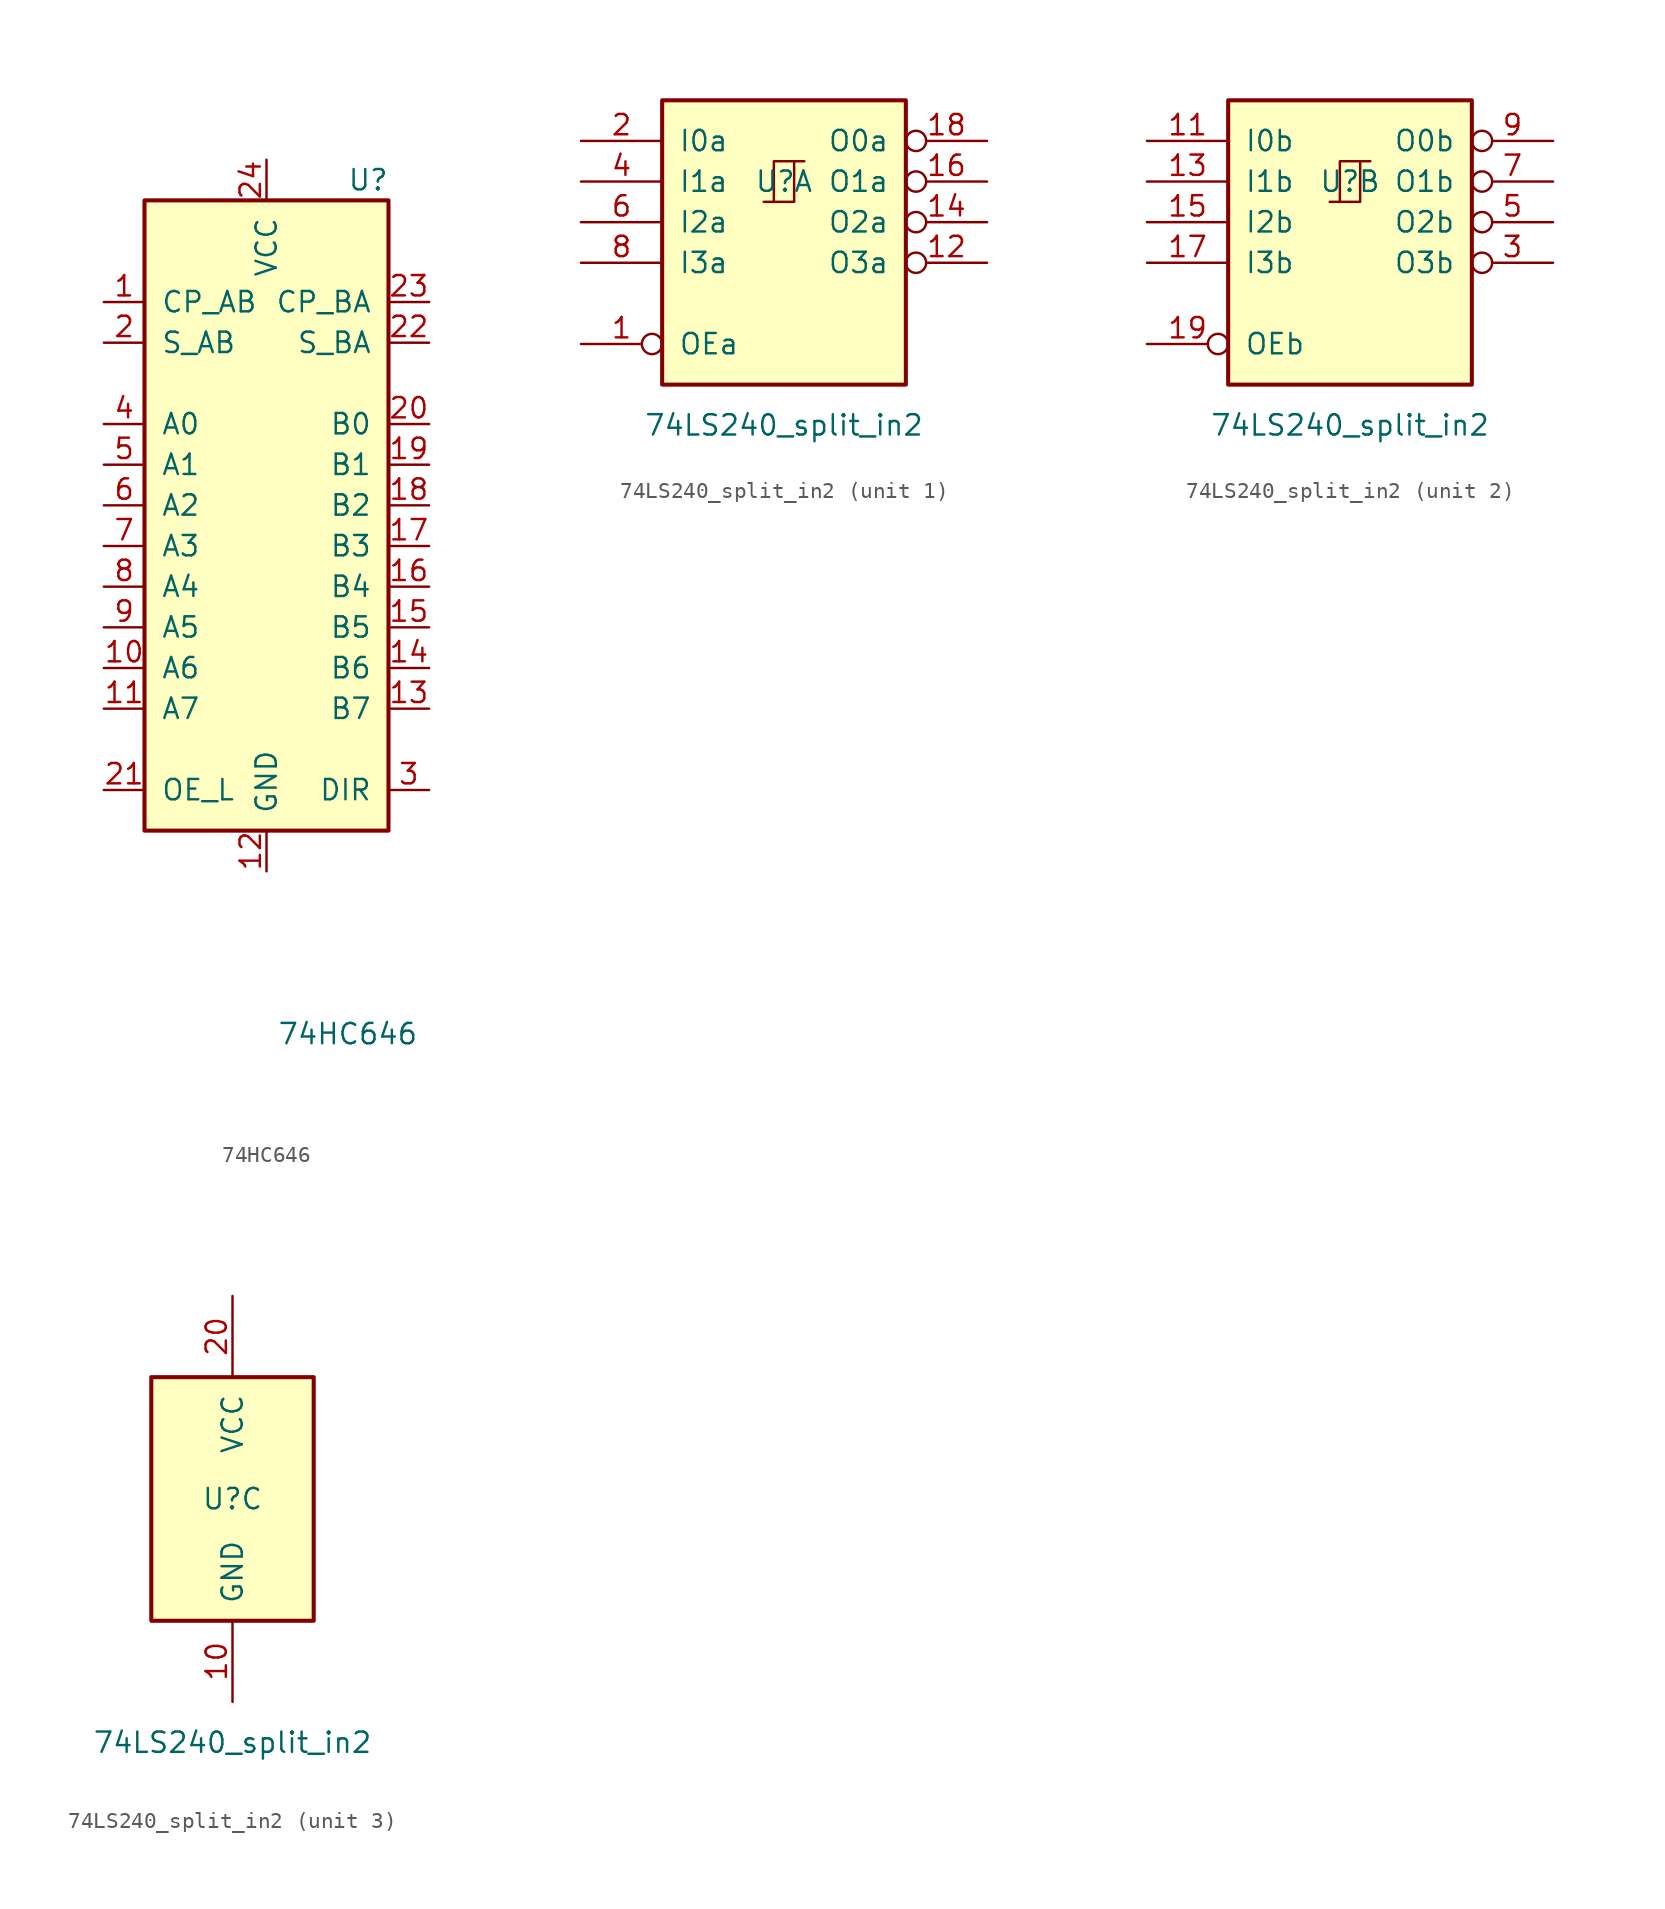
<source format=kicad_sym>
(kicad_symbol_lib
  (version 20241209)
  (generator "kicad_symbol_editor")
  (generator_version "9.0")
  (symbol "74HC646"
    (pin_names
      (offset 1.016))
    (property "Reference" "U"
      (at 6.35 20.32 0)
      (effects (font (size 1.27 1.27))))
    (property "Value" "74HC646"
      (at 5.08 -33.02 0)
      (effects (font (size 1.27 1.27))))
    (symbol "74HC646_1_1"
      (rectangle (start -7.62 19.05) (end 7.62 -20.32) (stroke (width 0.254) (type default)) (fill (type background)))
      (pin input line (at -10.16 12.7 0) (length 2.54) (name "CP_AB" (effects (font (size 1.27 1.27)))) (number "1" (effects (font (size 1.27 1.27)))))
      (pin input line (at -10.16 10.16 0) (length 2.54) (name "S_AB" (effects (font (size 1.27 1.27)))) (number "2" (effects (font (size 1.27 1.27)))))
      (pin tri_state line (at -10.16 5.08 0) (length 2.54) (name "A0" (effects (font (size 1.27 1.27)))) (number "4" (effects (font (size 1.27 1.27)))))
      (pin tri_state line (at -10.16 2.54 0) (length 2.54) (name "A1" (effects (font (size 1.27 1.27)))) (number "5" (effects (font (size 1.27 1.27)))))
      (pin tri_state line (at -10.16 0 0) (length 2.54) (name "A2" (effects (font (size 1.27 1.27)))) (number "6" (effects (font (size 1.27 1.27)))))
      (pin tri_state line (at -10.16 -2.54 0) (length 2.54) (name "A3" (effects (font (size 1.27 1.27)))) (number "7" (effects (font (size 1.27 1.27)))))
      (pin tri_state line (at -10.16 -5.08 0) (length 2.54) (name "A4" (effects (font (size 1.27 1.27)))) (number "8" (effects (font (size 1.27 1.27)))))
      (pin tri_state line (at -10.16 -7.62 0) (length 2.54) (name "A5" (effects (font (size 1.27 1.27)))) (number "9" (effects (font (size 1.27 1.27)))))
      (pin tri_state line (at -10.16 -10.16 0) (length 2.54) (name "A6" (effects (font (size 1.27 1.27)))) (number "10" (effects (font (size 1.27 1.27)))))
      (pin tri_state line (at -10.16 -12.7 0) (length 2.54) (name "A7" (effects (font (size 1.27 1.27)))) (number "11" (effects (font (size 1.27 1.27)))))
      (pin input line (at -10.16 -17.78 0) (length 2.54) (name "OE_L" (effects (font (size 1.27 1.27)))) (number "21" (effects (font (size 1.27 1.27)))))
      (pin power_in line (at 0 21.59 270) (length 2.54) (name "VCC" (effects (font (size 1.27 1.27)))) (number "24" (effects (font (size 1.27 1.27)))))
      (pin power_in line (at 0 -22.86 90) (length 2.54) (name "GND" (effects (font (size 1.27 1.27)))) (number "12" (effects (font (size 1.27 1.27)))))
      (pin input line (at 10.16 12.7 180) (length 2.54) (name "CP_BA" (effects (font (size 1.27 1.27)))) (number "23" (effects (font (size 1.27 1.27)))))
      (pin input line (at 10.16 10.16 180) (length 2.54) (name "S_BA" (effects (font (size 1.27 1.27)))) (number "22" (effects (font (size 1.27 1.27)))))
      (pin tri_state line (at 10.16 5.08 180) (length 2.54) (name "B0" (effects (font (size 1.27 1.27)))) (number "20" (effects (font (size 1.27 1.27)))))
      (pin tri_state line (at 10.16 2.54 180) (length 2.54) (name "B1" (effects (font (size 1.27 1.27)))) (number "19" (effects (font (size 1.27 1.27)))))
      (pin tri_state line (at 10.16 0 180) (length 2.54) (name "B2" (effects (font (size 1.27 1.27)))) (number "18" (effects (font (size 1.27 1.27)))))
      (pin tri_state line (at 10.16 -2.54 180) (length 2.54) (name "B3" (effects (font (size 1.27 1.27)))) (number "17" (effects (font (size 1.27 1.27)))))
      (pin tri_state line (at 10.16 -5.08 180) (length 2.54) (name "B4" (effects (font (size 1.27 1.27)))) (number "16" (effects (font (size 1.27 1.27)))))
      (pin tri_state line (at 10.16 -7.62 180) (length 2.54) (name "B5" (effects (font (size 1.27 1.27)))) (number "15" (effects (font (size 1.27 1.27)))))
      (pin tri_state line (at 10.16 -10.16 180) (length 2.54) (name "B6" (effects (font (size 1.27 1.27)))) (number "14" (effects (font (size 1.27 1.27)))))
      (pin tri_state line (at 10.16 -12.7 180) (length 2.54) (name "B7" (effects (font (size 1.27 1.27)))) (number "13" (effects (font (size 1.27 1.27)))))
      (pin input line (at 10.16 -17.78 180) (length 2.54) (name "DIR" (effects (font (size 1.27 1.27)))) (number "3" (effects (font (size 1.27 1.27)))))))
  (symbol "74LS240_split_in2"
    (pin_names
      (offset 1.016))
    (property "Reference" "U"
      (at 0 0 0)
      (effects (font (size 1.27 1.27))))
    (property "Value" "74LS240_split_in2"
      (at 0 -15.24 0)
      (effects (font (size 1.27 1.27))))
    (property "ki_locked" ""
      (at 0 0 0)
      (effects (font (size 1.27 1.27))))
    (symbol "74LS240_split_in2_1_0"
      (polyline (pts (xy -1.27 -1.27) (xy 0.635 -1.27) (xy 0.635 1.27) (xy 1.27 1.27)) (stroke (width 0) (type default)) (fill (type none)))
      (polyline (pts (xy -0.635 -1.27) (xy -0.635 1.27) (xy 0.635 1.27)) (stroke (width 0) (type default)) (fill (type none)))
      (pin input line (at -12.7 2.54 0) (length 5.08) (name "I0a" (effects (font (size 1.27 1.27)))) (number "2" (effects (font (size 1.27 1.27)))))
      (pin input line (at -12.7 0 0) (length 5.08) (name "I1a" (effects (font (size 1.27 1.27)))) (number "4" (effects (font (size 1.27 1.27)))))
      (pin input line (at -12.7 -2.54 0) (length 5.08) (name "I2a" (effects (font (size 1.27 1.27)))) (number "6" (effects (font (size 1.27 1.27)))))
      (pin input line (at -12.7 -5.08 0) (length 5.08) (name "I3a" (effects (font (size 1.27 1.27)))) (number "8" (effects (font (size 1.27 1.27)))))
      (pin input inverted (at -12.7 -10.16 0) (length 5.08) (name "OEa" (effects (font (size 1.27 1.27)))) (number "1" (effects (font (size 1.27 1.27)))))
      (pin tri_state inverted (at 12.7 2.54 180) (length 5.08) (name "O0a" (effects (font (size 1.27 1.27)))) (number "18" (effects (font (size 1.27 1.27)))))
      (pin tri_state inverted (at 12.7 0 180) (length 5.08) (name "O1a" (effects (font (size 1.27 1.27)))) (number "16" (effects (font (size 1.27 1.27)))))
      (pin tri_state inverted (at 12.7 -2.54 180) (length 5.08) (name "O2a" (effects (font (size 1.27 1.27)))) (number "14" (effects (font (size 1.27 1.27)))))
      (pin tri_state inverted (at 12.7 -5.08 180) (length 5.08) (name "O3a" (effects (font (size 1.27 1.27)))) (number "12" (effects (font (size 1.27 1.27))))))
    (symbol "74LS240_split_in2_1_1"
      (rectangle (start -7.62 5.08) (end 7.62 -12.7) (stroke (width 0.254) (type default)) (fill (type background))))
    (symbol "74LS240_split_in2_2_0"
      (polyline (pts (xy -1.27 -1.27) (xy 0.635 -1.27) (xy 0.635 1.27) (xy 1.27 1.27)) (stroke (width 0) (type default)) (fill (type none)))
      (polyline (pts (xy -0.635 -1.27) (xy -0.635 1.27) (xy 0.635 1.27)) (stroke (width 0) (type default)) (fill (type none)))
      (pin input line (at -12.7 2.54 0) (length 5.08) (name "I0b" (effects (font (size 1.27 1.27)))) (number "11" (effects (font (size 1.27 1.27)))))
      (pin input line (at -12.7 0 0) (length 5.08) (name "I1b" (effects (font (size 1.27 1.27)))) (number "13" (effects (font (size 1.27 1.27)))))
      (pin input line (at -12.7 -2.54 0) (length 5.08) (name "I2b" (effects (font (size 1.27 1.27)))) (number "15" (effects (font (size 1.27 1.27)))))
      (pin input line (at -12.7 -5.08 0) (length 5.08) (name "I3b" (effects (font (size 1.27 1.27)))) (number "17" (effects (font (size 1.27 1.27)))))
      (pin input inverted (at -12.7 -10.16 0) (length 5.08) (name "OEb" (effects (font (size 1.27 1.27)))) (number "19" (effects (font (size 1.27 1.27)))))
      (pin tri_state inverted (at 12.7 2.54 180) (length 5.08) (name "O0b" (effects (font (size 1.27 1.27)))) (number "9" (effects (font (size 1.27 1.27)))))
      (pin tri_state inverted (at 12.7 0 180) (length 5.08) (name "O1b" (effects (font (size 1.27 1.27)))) (number "7" (effects (font (size 1.27 1.27)))))
      (pin tri_state inverted (at 12.7 -2.54 180) (length 5.08) (name "O2b" (effects (font (size 1.27 1.27)))) (number "5" (effects (font (size 1.27 1.27)))))
      (pin tri_state inverted (at 12.7 -5.08 180) (length 5.08) (name "O3b" (effects (font (size 1.27 1.27)))) (number "3" (effects (font (size 1.27 1.27))))))
    (symbol "74LS240_split_in2_2_1"
      (rectangle (start -7.62 5.08) (end 7.62 -12.7) (stroke (width 0.254) (type default)) (fill (type background))))
    (symbol "74LS240_split_in2_3_0"
      (pin power_in line (at 0 12.7 270) (length 5.08) (name "VCC" (effects (font (size 1.27 1.27)))) (number "20" (effects (font (size 1.27 1.27)))))
      (pin power_in line (at 0 -12.7 90) (length 5.08) (name "GND" (effects (font (size 1.27 1.27)))) (number "10" (effects (font (size 1.27 1.27))))))
    (symbol "74LS240_split_in2_3_1"
      (rectangle (start -5.08 7.62) (end 5.08 -7.62) (stroke (width 0.254) (type default)) (fill (type background))))))
</source>
